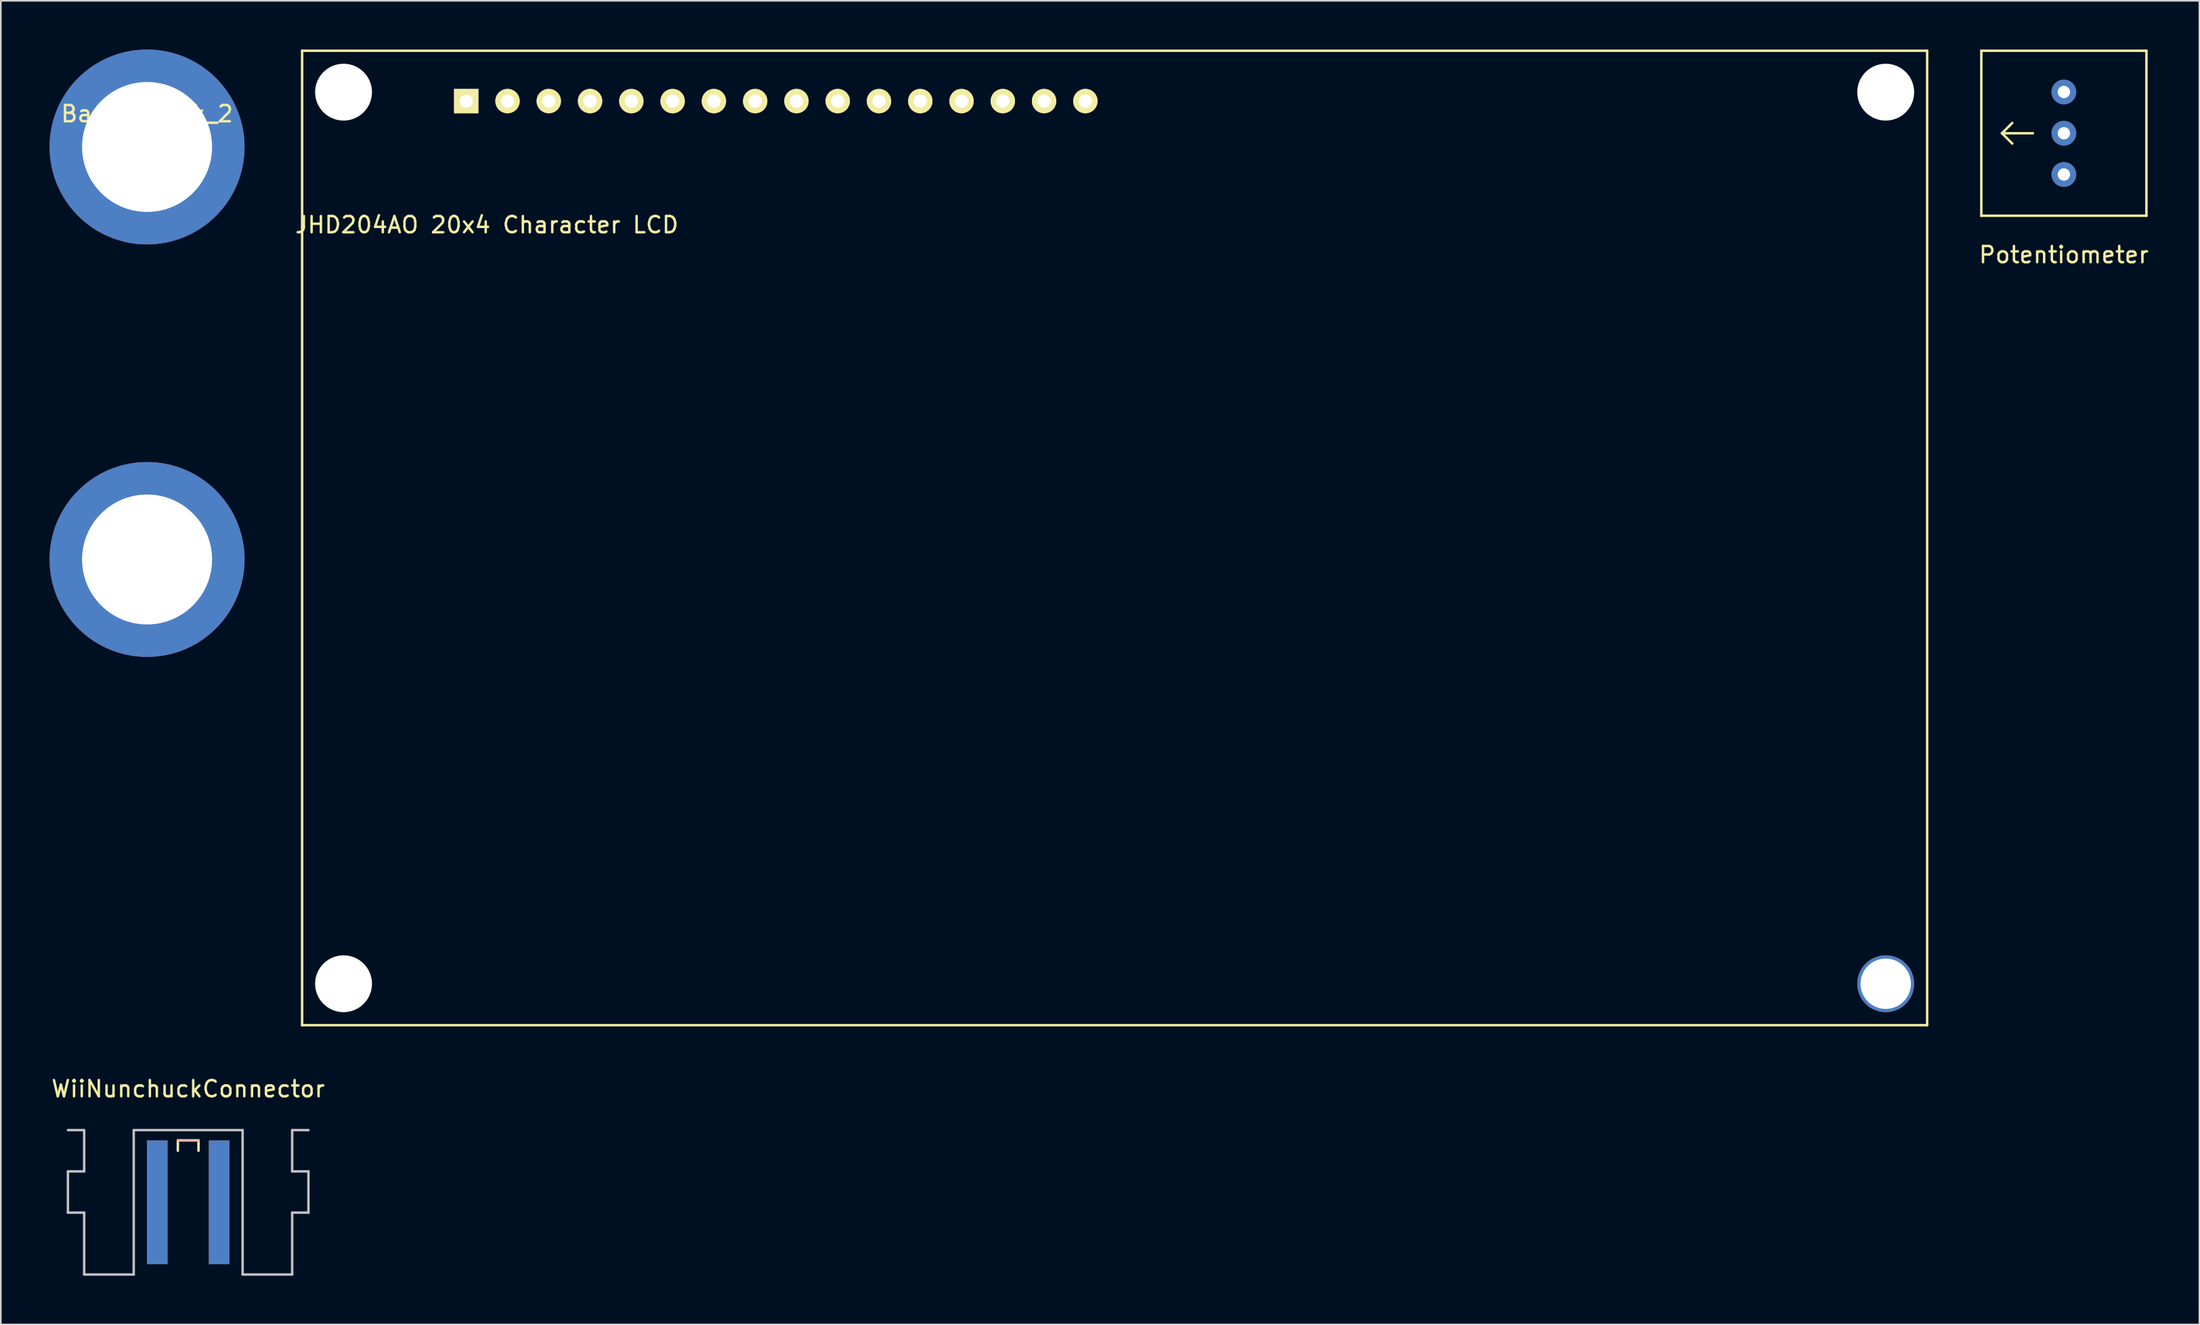
<source format=kicad_pcb>
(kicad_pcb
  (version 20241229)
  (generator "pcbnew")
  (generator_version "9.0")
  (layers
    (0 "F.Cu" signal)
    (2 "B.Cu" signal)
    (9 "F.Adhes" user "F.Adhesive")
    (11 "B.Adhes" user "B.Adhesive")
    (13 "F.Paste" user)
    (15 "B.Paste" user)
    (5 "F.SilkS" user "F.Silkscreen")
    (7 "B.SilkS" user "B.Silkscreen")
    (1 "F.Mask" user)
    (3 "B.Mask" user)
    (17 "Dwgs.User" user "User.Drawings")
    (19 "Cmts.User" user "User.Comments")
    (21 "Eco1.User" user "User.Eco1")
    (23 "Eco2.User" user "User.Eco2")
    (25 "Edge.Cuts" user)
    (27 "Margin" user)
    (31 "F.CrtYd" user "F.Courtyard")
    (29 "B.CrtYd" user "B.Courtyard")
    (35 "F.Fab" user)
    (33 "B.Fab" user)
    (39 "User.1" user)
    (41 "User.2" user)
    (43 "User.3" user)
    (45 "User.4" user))
  (footprint "Potentiometer"
    (layer "F.Cu")
    (at 123.955 5.155)
    (property "Reference" "Potentiometer" (at 0 7.485 0) (layer "F.SilkS") (effects (font (size 1 1) (thickness 0.15))))
    (attr through_hole)
    (fp_line (start -5.08 -5.08) (end 5.08 -5.08) (stroke (width 0.15) (type solid)) (layer "F.SilkS"))
    (fp_line (start -5.08 5.08) (end -5.08 -5.08) (stroke (width 0.15) (type solid)) (layer "F.SilkS"))
    (fp_line (start -3.81 0) (end -3.175 -0.635) (stroke (width 0.15) (type solid)) (layer "F.SilkS"))
    (fp_line (start -3.81 0) (end -3.175 0.635) (stroke (width 0.15) (type solid)) (layer "F.SilkS"))
    (fp_line (start -1.905 0) (end -3.81 0) (stroke (width 0.15) (type solid)) (layer "F.SilkS"))
    (fp_line (start 5.08 -5.08) (end 5.08 5.08) (stroke (width 0.15) (type solid)) (layer "F.SilkS"))
    (fp_line (start 5.08 5.08) (end -5.08 5.08) (stroke (width 0.15) (type solid)) (layer "F.SilkS"))
    (pad "1" thru_hole circle (at 0 -2.54) (size 1.524 1.524) (drill 0.762) (layers "*.Cu" "*.Mask"))
    (pad "2" thru_hole circle (at 0 0) (size 1.524 1.524) (drill 0.762) (layers "*.Cu" "*.Mask"))
    (pad "3" thru_hole circle (at 0 2.54) (size 1.524 1.524) (drill 0.762) (layers "*.Cu" "*.Mask")))
  (footprint "WiiNunchuckConnector"
    (layer "F.Cu")
    (at 8.53 66.538)
    (property "Reference" "WiiNunchuckConnector" (at 0 -2.54 0) (layer "F.SilkS") (effects (font (size 1 1) (thickness 0.15))))
    (attr through_hole)
    (fp_line (start -0.635 0.635) (end 0.635 0.635) (stroke (width 0.15) (type solid)) (layer "F.SilkS"))
    (fp_line (start -0.635 1.27) (end -0.635 0.635) (stroke (width 0.15) (type solid)) (layer "F.SilkS"))
    (fp_line (start 0.635 0.635) (end 0.635 1.27) (stroke (width 0.15) (type solid)) (layer "F.SilkS"))
    (fp_line (start -0.635 0.635) (end 0.635 0.635) (stroke (width 0.15) (type solid)) (layer "B.SilkS"))
    (fp_line (start -7.4 2.54) (end -6.4 2.54) (stroke (width 0.15) (type solid)) (layer "Dwgs.User"))
    (fp_line (start -7.4 5.08) (end -7.4 2.54) (stroke (width 0.15) (type solid)) (layer "Dwgs.User"))
    (fp_line (start -7.4 5.08) (end -6.4 5.08) (stroke (width 0.15) (type solid)) (layer "Dwgs.User"))
    (fp_line (start -6.4 0) (end -7.4 0) (stroke (width 0.15) (type solid)) (layer "Dwgs.User"))
    (fp_line (start -6.4 2.54) (end -6.4 0) (stroke (width 0.15) (type solid)) (layer "Dwgs.User"))
    (fp_line (start -6.4 8.89) (end -6.4 5.08) (stroke (width 0.15) (type solid)) (layer "Dwgs.User"))
    (fp_line (start -3.35 0) (end -3.35 8.89) (stroke (width 0.15) (type solid)) (layer "Dwgs.User"))
    (fp_line (start -3.35 0) (end 3.35 0) (stroke (width 0.15) (type solid)) (layer "Dwgs.User"))
    (fp_line (start -3.35 8.89) (end -6.4 8.89) (stroke (width 0.15) (type solid)) (layer "Dwgs.User"))
    (fp_line (start 3.35 0) (end 3.35 8.89) (stroke (width 0.15) (type solid)) (layer "Dwgs.User"))
    (fp_line (start 6.4 0) (end 6.4 2.54) (stroke (width 0.15) (type solid)) (layer "Dwgs.User"))
    (fp_line (start 6.4 0) (end 7.4 0) (stroke (width 0.15) (type solid)) (layer "Dwgs.User"))
    (fp_line (start 6.4 2.54) (end 7.4 2.54) (stroke (width 0.15) (type solid)) (layer "Dwgs.User"))
    (fp_line (start 6.4 5.08) (end 6.4 8.89) (stroke (width 0.15) (type solid)) (layer "Dwgs.User"))
    (fp_line (start 6.4 8.89) (end 3.35 8.89) (stroke (width 0.15) (type solid)) (layer "Dwgs.User"))
    (fp_line (start 7.4 2.54) (end 7.4 5.08) (stroke (width 0.15) (type solid)) (layer "Dwgs.User"))
    (fp_line (start 7.4 5.08) (end 6.4 5.08) (stroke (width 0.15) (type solid)) (layer "Dwgs.User"))
    (pad "1" smd rect (at -1.905 4.445) (size 1.27 7.62) (layers "F.Mask" "B.Cu" "F.Paste"))
    (pad "2" smd rect (at 1.905 4.445) (size 1.27 7.62) (layers "F.Cu" "F.Mask" "F.Paste"))
    (pad "3" smd rect (at 1.905 4.445) (size 1.27 7.62) (layers "F.Mask" "B.Cu" "F.Paste"))
    (pad "4" smd rect (at -1.905 4.445) (size 1.27 7.62) (layers "F.Cu" "F.Mask" "F.Paste")))
  (footprint "JHD204AO 20x4 Character LCD"
    (layer "F.Cu")
    (at 25.641 3.175)
    (property "Reference" "JHD204AO 20x4 Character LCD" (at 1.27 7.62 0) (layer "F.SilkS") (effects (font (size 1 1) (thickness 0.15))))
    (attr through_hole)
    (fp_line (start -10.1 -3.1) (end -10.1 56.9) (stroke (width 0.15) (type solid)) (layer "F.SilkS"))
    (fp_line (start -10.1 -3.1) (end 89.9 -3.1) (stroke (width 0.15) (type solid)) (layer "F.SilkS"))
    (fp_line (start -10.1 56.9) (end 89.9 56.9) (stroke (width 0.15) (type solid)) (layer "F.SilkS"))
    (fp_line (start 89.9 -3.1) (end 89.9 56.9) (stroke (width 0.15) (type solid)) (layer "F.SilkS"))
    (pad "" np_thru_hole circle (at -7.55 -0.55) (size 3.5 3.5) (drill 3.5) (layers "*.Cu" "*.Mask"))
    (pad "" np_thru_hole circle (at -7.55 54.35) (size 3.5 3.5) (drill 3.5) (layers "*.Cu" "*.Mask"))
    (pad "" np_thru_hole circle (at 87.35 -0.55) (size 3.5 3.5) (drill 3.5) (layers "*.Cu" "*.Mask"))
    (pad "" np_thru_hole circle (at 87.35 54.35) (size 3.5 3.5) (drill 3.1) (layers "*.Cu" "*.Mask"))
    (pad "1" thru_hole rect (at 0 0) (size 1.5 1.5) (drill 0.813) (layers "*.Cu" "*.Mask" "F.SilkS"))
    (pad "2" thru_hole circle (at 2.54 0) (size 1.5 1.5) (drill 0.813) (layers "*.Cu" "*.Mask" "F.SilkS"))
    (pad "3" thru_hole circle (at 5.08 0) (size 1.5 1.5) (drill 0.813) (layers "*.Cu" "*.Mask" "F.SilkS"))
    (pad "4" thru_hole circle (at 7.62 0) (size 1.5 1.5) (drill 0.813) (layers "*.Cu" "*.Mask" "F.SilkS"))
    (pad "5" thru_hole circle (at 10.16 0) (size 1.5 1.5) (drill 0.813) (layers "*.Cu" "*.Mask" "F.SilkS"))
    (pad "6" thru_hole circle (at 12.7 0) (size 1.5 1.5) (drill 0.813) (layers "*.Cu" "*.Mask" "F.SilkS"))
    (pad "7" thru_hole circle (at 15.24 0) (size 1.5 1.5) (drill 0.813) (layers "*.Cu" "*.Mask" "F.SilkS"))
    (pad "8" thru_hole circle (at 17.78 0) (size 1.5 1.5) (drill 0.813) (layers "*.Cu" "*.Mask" "F.SilkS"))
    (pad "9" thru_hole circle (at 20.32 0) (size 1.5 1.5) (drill 0.813) (layers "*.Cu" "*.Mask" "F.SilkS"))
    (pad "10" thru_hole circle (at 22.86 0) (size 1.5 1.5) (drill 0.813) (layers "*.Cu" "*.Mask" "F.SilkS"))
    (pad "11" thru_hole circle (at 25.4 0) (size 1.5 1.5) (drill 0.813) (layers "*.Cu" "*.Mask" "F.SilkS"))
    (pad "12" thru_hole circle (at 27.94 0) (size 1.5 1.5) (drill 0.813) (layers "*.Cu" "*.Mask" "F.SilkS"))
    (pad "13" thru_hole circle (at 30.48 0) (size 1.5 1.5) (drill 0.813) (layers "*.Cu" "*.Mask" "F.SilkS"))
    (pad "14" thru_hole circle (at 33.02 0) (size 1.5 1.5) (drill 0.813) (layers "*.Cu" "*.Mask" "F.SilkS"))
    (pad "15" thru_hole circle (at 35.56 0) (size 1.5 1.5) (drill 0.813) (layers "*.Cu" "*.Mask" "F.SilkS"))
    (pad "16" thru_hole circle (at 38.1 0) (size 1.5 1.5) (drill 0.813) (layers "*.Cu" "*.Mask" "F.SilkS")))
  (footprint "BananaJack_2"
    (layer "F.Cu")
    (at 6 3.46)
    (property "Reference" "BananaJack_2" (at 0 0.5 0) (layer "F.SilkS") (effects (font (size 1 1) (thickness 0.15))))
    (attr through_hole)
    (pad "1" thru_hole circle (at 0 2.54) (size 12 12) (drill 8) (layers "*.Cu" "*.Mask"))
    (pad "2" thru_hole circle (at 0 27.94) (size 12 12) (drill 8) (layers "*.Cu" "*.Mask")))
  (gr_rect
    (start -3 -3)
    (end 132.294 78.503)
    (stroke (width 0.1) (type default))
    (fill no)
    (layer "Edge.Cuts")))
</source>
